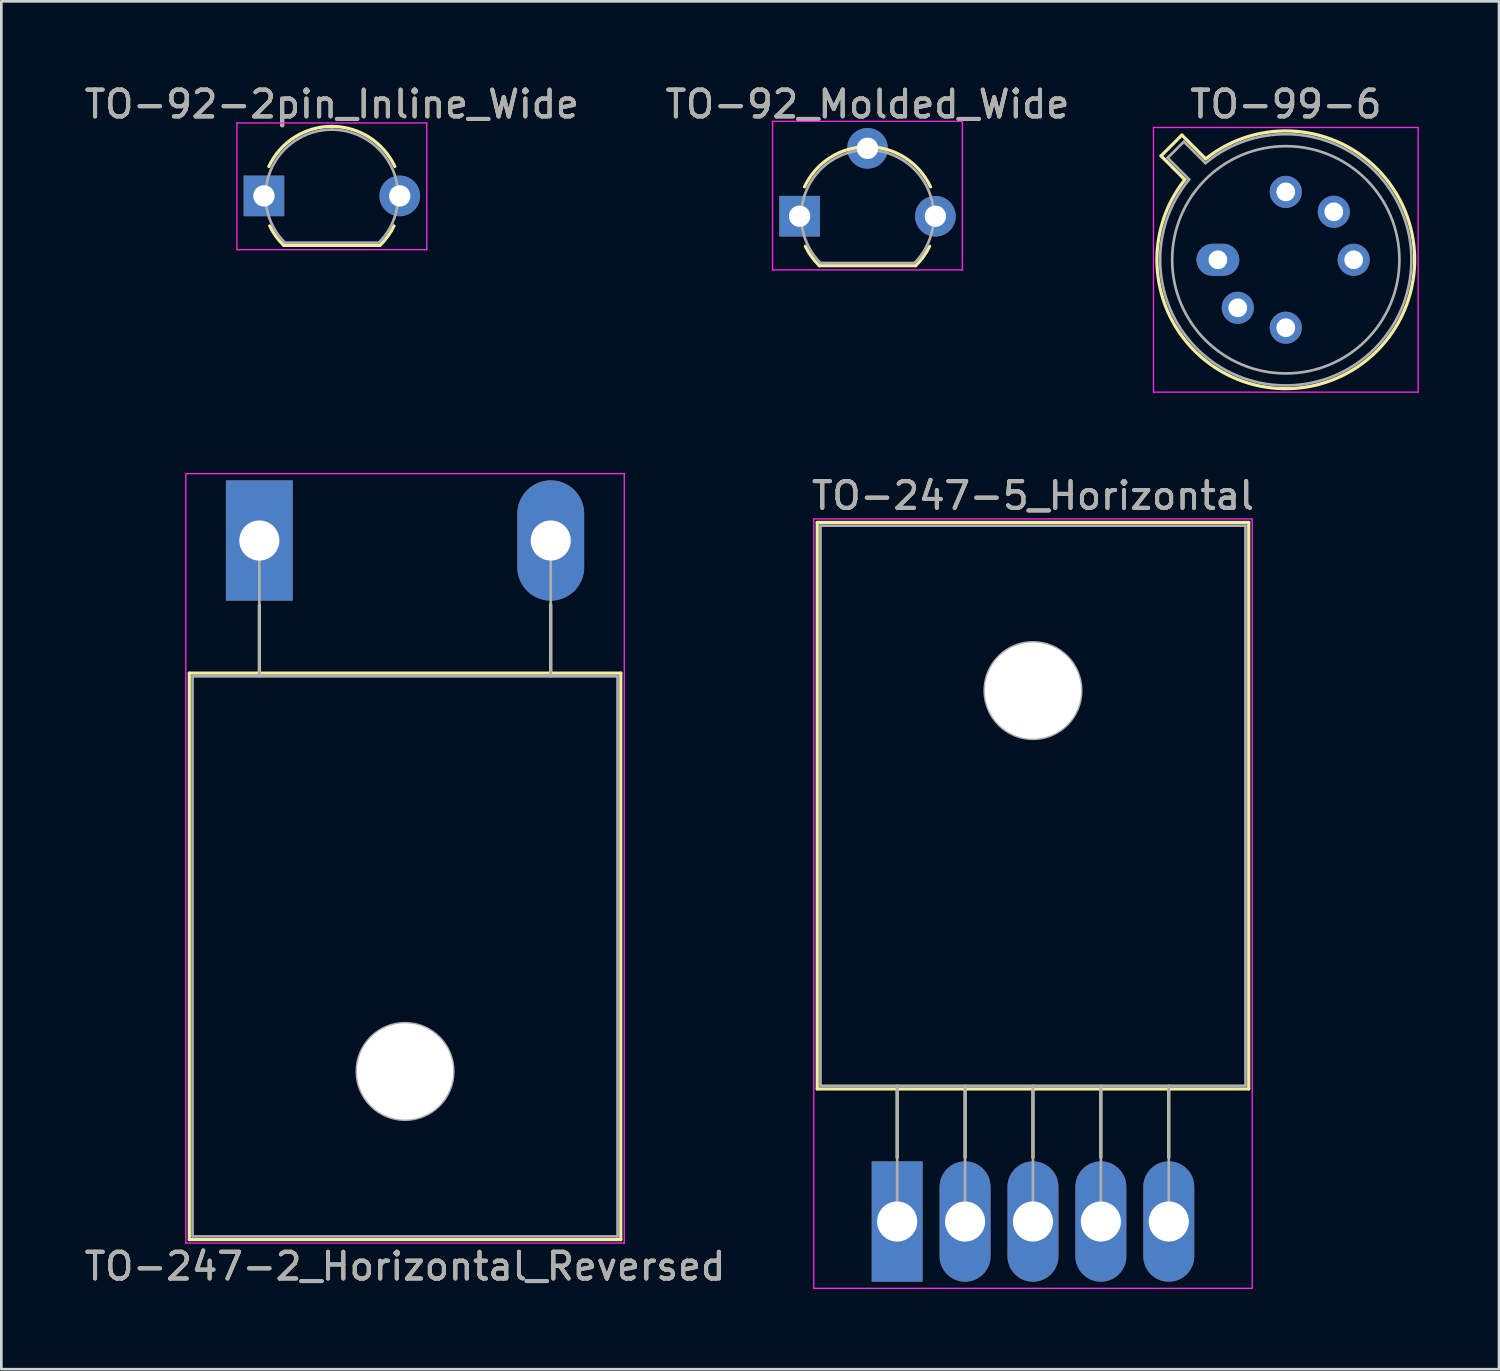
<source format=kicad_pcb>
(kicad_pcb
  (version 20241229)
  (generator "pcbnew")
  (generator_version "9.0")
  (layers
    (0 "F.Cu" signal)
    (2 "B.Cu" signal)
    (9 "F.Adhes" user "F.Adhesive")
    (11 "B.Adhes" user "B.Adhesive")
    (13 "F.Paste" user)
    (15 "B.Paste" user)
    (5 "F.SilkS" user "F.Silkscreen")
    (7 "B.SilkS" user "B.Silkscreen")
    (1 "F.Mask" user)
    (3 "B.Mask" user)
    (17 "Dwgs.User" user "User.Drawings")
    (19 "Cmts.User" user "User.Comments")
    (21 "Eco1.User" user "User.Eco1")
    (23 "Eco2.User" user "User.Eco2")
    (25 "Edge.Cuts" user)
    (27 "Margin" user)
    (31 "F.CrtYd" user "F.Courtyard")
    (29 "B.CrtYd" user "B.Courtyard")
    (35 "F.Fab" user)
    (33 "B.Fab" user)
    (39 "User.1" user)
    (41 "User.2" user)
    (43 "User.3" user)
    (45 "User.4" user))
  (footprint "TO-92-2pin_Inline_Wide"
    (layer "F.Cu")
    (at 6.823 4.278)
    (property "Reference" "TO-92-2pin_Inline_Wide" (at 2.54 -3.43 180) (layer "F.SilkS") (effects (font (size 1 1) (thickness 0.15))))
    (attr through_hole)
    (fp_line (start 0.74 1.85) (end 4.34 1.85) (stroke (width 0.12) (type solid)) (layer "F.SilkS"))
    (fp_arc (start 0.1836 -1.098807) (mid 1.143021 -2.192817) (end 2.54 -2.6) (stroke (width 0.12) (type solid)) (layer "F.SilkS"))
    (fp_arc (start 0.74 1.85) (mid 0.446097 1.509328) (end 0.215816 1.122795) (stroke (width 0.12) (type solid)) (layer "F.SilkS"))
    (fp_arc (start 2.54 -2.6) (mid 3.936979 -2.192818) (end 4.8964 -1.098807) (stroke (width 0.12) (type solid)) (layer "F.SilkS"))
    (fp_arc (start 4.864184 1.122795) (mid 4.633903 1.509328) (end 4.34 1.85) (stroke (width 0.12) (type solid)) (layer "F.SilkS"))
    (fp_line (start -1.01 -2.73) (end -1.01 2.01) (stroke (width 0.05) (type solid)) (layer "F.CrtYd"))
    (fp_line (start -1.01 -2.73) (end 6.09 -2.73) (stroke (width 0.05) (type solid)) (layer "F.CrtYd"))
    (fp_line (start 6.09 2.01) (end -1.01 2.01) (stroke (width 0.05) (type solid)) (layer "F.CrtYd"))
    (fp_line (start 6.09 2.01) (end 6.09 -2.73) (stroke (width 0.05) (type solid)) (layer "F.CrtYd"))
    (fp_line (start 0.8 1.75) (end 4.3 1.75) (stroke (width 0.1) (type solid)) (layer "F.Fab"))
    (fp_arc (start 0.786375 1.753625) (mid 0.248779 -0.949055) (end 2.54 -2.48) (stroke (width 0.1) (type solid)) (layer "F.Fab"))
    (fp_arc (start 2.54 -2.48) (mid 4.831221 -0.949055) (end 4.293625 1.753625) (stroke (width 0.1) (type solid)) (layer "F.Fab"))
    (fp_text user "${REFERENCE}" (at 2.54 -3.43 180) (layer "F.Fab") (effects (font (size 1 1) (thickness 0.15))))
    (pad "1" thru_hole rect (at 0 0 90) (size 1.52 1.52) (drill 0.8) (layers "*.Cu" "*.Mask"))
    (pad "2" thru_hole circle (at 5.08 0 90) (size 1.52 1.52) (drill 0.8) (layers "*.Cu" "*.Mask")))
  (footprint "TO-99-6"
    (layer "F.Cu")
    (at 42.506 6.668)
    (property "Reference" "TO-99-6" (at 2.54 -5.82 0) (layer "F.SilkS") (effects (font (size 1 1) (thickness 0.15))))
    (attr through_hole)
    (fp_line (start -2.126 -3.888) (end -1.235 -2.997) (stroke (width 0.12) (type solid)) (layer "F.SilkS"))
    (fp_line (start -1.348 -4.666) (end -2.126 -3.888) (stroke (width 0.12) (type solid)) (layer "F.SilkS"))
    (fp_line (start -0.457 -3.775) (end -1.348 -4.666) (stroke (width 0.12) (type solid)) (layer "F.SilkS"))
    (fp_arc (start -0.457084 -3.774902) (mid 5.948125 3.408384) (end -1.234674 -2.997371) (stroke (width 0.12) (type solid)) (layer "F.SilkS"))
    (fp_line (start -2.41 -4.95) (end -2.41 4.95) (stroke (width 0.05) (type solid)) (layer "F.CrtYd"))
    (fp_line (start -2.41 4.95) (end 7.49 4.95) (stroke (width 0.05) (type solid)) (layer "F.CrtYd"))
    (fp_line (start 7.49 -4.95) (end -2.41 -4.95) (stroke (width 0.05) (type solid)) (layer "F.CrtYd"))
    (fp_line (start 7.49 4.95) (end 7.49 -4.95) (stroke (width 0.05) (type solid)) (layer "F.CrtYd"))
    (fp_line (start -1.88 -3.812) (end -1.074 -3.005) (stroke (width 0.1) (type solid)) (layer "F.Fab"))
    (fp_line (start -1.272 -4.42) (end -1.88 -3.812) (stroke (width 0.1) (type solid)) (layer "F.Fab"))
    (fp_line (start -0.465 -3.614) (end -1.272 -4.42) (stroke (width 0.1) (type solid)) (layer "F.Fab"))
    (fp_arc (start -0.465408 -3.61352) (mid 5.863443 3.323361) (end -1.073594 -3.005319) (stroke (width 0.1) (type solid)) (layer "F.Fab"))
    (fp_circle (center 2.54 0) (end 6.79 0) (stroke (width 0.1) (type solid)) (fill no) (layer "F.Fab"))
    (fp_text user "${REFERENCE}" (at 2.54 -5.82 0) (layer "F.Fab") (effects (font (size 1 1) (thickness 0.15))))
    (pad "1" thru_hole oval (at 0 0) (size 1.6 1.2) (drill 0.7) (layers "*.Cu" "*.Mask"))
    (pad "2" thru_hole oval (at 0.744 1.796) (size 1.2 1.2) (drill 0.7) (layers "*.Cu" "*.Mask"))
    (pad "3" thru_hole oval (at 2.54 2.54) (size 1.2 1.2) (drill 0.7) (layers "*.Cu" "*.Mask"))
    (pad "4" thru_hole oval (at 5.08 0) (size 1.2 1.2) (drill 0.7) (layers "*.Cu" "*.Mask"))
    (pad "5" thru_hole oval (at 4.336 -1.796) (size 1.2 1.2) (drill 0.7) (layers "*.Cu" "*.Mask"))
    (pad "6" thru_hole oval (at 2.54 -2.54) (size 1.2 1.2) (drill 0.7) (layers "*.Cu" "*.Mask")))
  (footprint "TO-247-2_Horizontal_Reversed"
    (layer "F.Cu")
    (at 6.651 17.168)
    (property "Reference" "TO-247-2_Horizontal_Reversed" (at 5.45 27.15 0) (layer "F.SilkS") (effects (font (size 1 1) (thickness 0.15))))
    (attr through_hole)
    (fp_line (start -2.62 4.96) (end -2.62 26.15) (stroke (width 0.12) (type solid)) (layer "F.SilkS"))
    (fp_line (start -2.62 4.96) (end 13.52 4.96) (stroke (width 0.12) (type solid)) (layer "F.SilkS"))
    (fp_line (start -2.62 26.15) (end 13.52 26.15) (stroke (width 0.12) (type solid)) (layer "F.SilkS"))
    (fp_line (start 0 2.4) (end 0 4.96) (stroke (width 0.12) (type solid)) (layer "F.SilkS"))
    (fp_line (start 10.9 2.4) (end 10.9 4.96) (stroke (width 0.12) (type solid)) (layer "F.SilkS"))
    (fp_line (start 13.52 4.96) (end 13.52 26.15) (stroke (width 0.12) (type solid)) (layer "F.SilkS"))
    (fp_line (start -2.75 -2.5) (end -2.75 26.28) (stroke (width 0.05) (type solid)) (layer "F.CrtYd"))
    (fp_line (start -2.75 26.28) (end 13.65 26.28) (stroke (width 0.05) (type solid)) (layer "F.CrtYd"))
    (fp_line (start 13.65 -2.5) (end -2.75 -2.5) (stroke (width 0.05) (type solid)) (layer "F.CrtYd"))
    (fp_line (start 13.65 26.28) (end 13.65 -2.5) (stroke (width 0.05) (type solid)) (layer "F.CrtYd"))
    (fp_line (start -2.5 5.08) (end -2.5 26.03) (stroke (width 0.1) (type solid)) (layer "F.Fab"))
    (fp_line (start -2.5 26.03) (end 13.4 26.03) (stroke (width 0.1) (type solid)) (layer "F.Fab"))
    (fp_line (start 0 5.08) (end 0 0) (stroke (width 0.1) (type solid)) (layer "F.Fab"))
    (fp_line (start 10.9 5.08) (end 10.9 0) (stroke (width 0.1) (type solid)) (layer "F.Fab"))
    (fp_line (start 13.4 5.08) (end -2.5 5.08) (stroke (width 0.1) (type solid)) (layer "F.Fab"))
    (fp_line (start 13.4 26.03) (end 13.4 5.08) (stroke (width 0.1) (type solid)) (layer "F.Fab"))
    (fp_circle (center 5.45 19.86) (end 7.255 19.86) (stroke (width 0.1) (type solid)) (fill no) (layer "F.Fab"))
    (fp_text user "${REFERENCE}" (at 5.45 27.15 0) (layer "F.Fab") (effects (font (size 1 1) (thickness 0.15))))
    (pad "" np_thru_hole oval (at 5.45 19.86) (size 3.6 3.6) (drill 3.6) (layers "*.Cu" "*.Mask"))
    (pad "1" thru_hole rect (at 0 0) (size 2.5 4.5) (drill 1.5) (layers "*.Cu" "*.Mask"))
    (pad "2" thru_hole oval (at 10.9 0) (size 2.5 4.5) (drill 1.5) (layers "*.Cu" "*.Mask")))
  (footprint "TO-92_Molded_Wide"
    (layer "F.Cu")
    (at 26.859 5.038)
    (property "Reference" "TO-92_Molded_Wide" (at 2.54 -4.19 180) (layer "F.SilkS") (effects (font (size 1 1) (thickness 0.15))))
    (attr through_hole)
    (fp_line (start 0.74 1.85) (end 4.34 1.85) (stroke (width 0.12) (type solid)) (layer "F.SilkS"))
    (fp_arc (start 0.1836 -1.098807) (mid 1.143021 -2.192817) (end 2.54 -2.6) (stroke (width 0.12) (type solid)) (layer "F.SilkS"))
    (fp_arc (start 0.74 1.85) (mid 0.446097 1.509328) (end 0.215816 1.122795) (stroke (width 0.12) (type solid)) (layer "F.SilkS"))
    (fp_arc (start 2.54 -2.6) (mid 3.936979 -2.192818) (end 4.8964 -1.098807) (stroke (width 0.12) (type solid)) (layer "F.SilkS"))
    (fp_arc (start 4.864184 1.122795) (mid 4.633903 1.509328) (end 4.34 1.85) (stroke (width 0.12) (type solid)) (layer "F.SilkS"))
    (fp_line (start -1.01 -3.55) (end -1.01 2.01) (stroke (width 0.05) (type solid)) (layer "F.CrtYd"))
    (fp_line (start -1.01 -3.55) (end 6.09 -3.55) (stroke (width 0.05) (type solid)) (layer "F.CrtYd"))
    (fp_line (start 6.09 2.01) (end -1.01 2.01) (stroke (width 0.05) (type solid)) (layer "F.CrtYd"))
    (fp_line (start 6.09 2.01) (end 6.09 -3.55) (stroke (width 0.05) (type solid)) (layer "F.CrtYd"))
    (fp_line (start 0.8 1.75) (end 4.3 1.75) (stroke (width 0.1) (type solid)) (layer "F.Fab"))
    (fp_arc (start 0.786375 1.753625) (mid 0.248779 -0.949055) (end 2.54 -2.48) (stroke (width 0.1) (type solid)) (layer "F.Fab"))
    (fp_arc (start 2.54 -2.48) (mid 4.831221 -0.949055) (end 4.293625 1.753625) (stroke (width 0.1) (type solid)) (layer "F.Fab"))
    (fp_text user "${REFERENCE}" (at 2.54 -4.19 180) (layer "F.Fab") (effects (font (size 1 1) (thickness 0.15))))
    (pad "1" thru_hole rect (at 0 0 90) (size 1.52 1.52) (drill 0.8) (layers "*.Cu" "*.Mask"))
    (pad "2" thru_hole circle (at 2.54 -2.54 90) (size 1.52 1.52) (drill 0.8) (layers "*.Cu" "*.Mask"))
    (pad "3" thru_hole circle (at 5.08 0 90) (size 1.52 1.52) (drill 0.8) (layers "*.Cu" "*.Mask")))
  (footprint "TO-247-5_Horizontal"
    (layer "F.Cu")
    (at 30.509 42.642)
    (property "Reference" "TO-247-5_Horizontal" (at 5.08 -27.15 0) (layer "F.SilkS") (effects (font (size 1 1) (thickness 0.15))))
    (attr through_hole)
    (fp_line (start -2.99 -26.15) (end -2.99 -4.96) (stroke (width 0.12) (type solid)) (layer "F.SilkS"))
    (fp_line (start -2.99 -26.15) (end 13.15 -26.15) (stroke (width 0.12) (type solid)) (layer "F.SilkS"))
    (fp_line (start -2.99 -4.96) (end 13.15 -4.96) (stroke (width 0.12) (type solid)) (layer "F.SilkS"))
    (fp_line (start 0 -4.96) (end 0 -2.4) (stroke (width 0.12) (type solid)) (layer "F.SilkS"))
    (fp_line (start 2.54 -4.96) (end 2.54 -2.4) (stroke (width 0.12) (type solid)) (layer "F.SilkS"))
    (fp_line (start 5.08 -4.96) (end 5.08 -2.4) (stroke (width 0.12) (type solid)) (layer "F.SilkS"))
    (fp_line (start 7.62 -4.96) (end 7.62 -2.4) (stroke (width 0.12) (type solid)) (layer "F.SilkS"))
    (fp_line (start 10.16 -4.96) (end 10.16 -2.4) (stroke (width 0.12) (type solid)) (layer "F.SilkS"))
    (fp_line (start 13.15 -26.15) (end 13.15 -4.96) (stroke (width 0.12) (type solid)) (layer "F.SilkS"))
    (fp_line (start -3.12 -26.28) (end -3.12 2.5) (stroke (width 0.05) (type solid)) (layer "F.CrtYd"))
    (fp_line (start -3.12 2.5) (end 13.28 2.5) (stroke (width 0.05) (type solid)) (layer "F.CrtYd"))
    (fp_line (start 13.28 -26.28) (end -3.12 -26.28) (stroke (width 0.05) (type solid)) (layer "F.CrtYd"))
    (fp_line (start 13.28 2.5) (end 13.28 -26.28) (stroke (width 0.05) (type solid)) (layer "F.CrtYd"))
    (fp_line (start -2.87 -26.03) (end 13.03 -26.03) (stroke (width 0.1) (type solid)) (layer "F.Fab"))
    (fp_line (start -2.87 -5.08) (end -2.87 -26.03) (stroke (width 0.1) (type solid)) (layer "F.Fab"))
    (fp_line (start 0 -5.08) (end 0 0) (stroke (width 0.1) (type solid)) (layer "F.Fab"))
    (fp_line (start 2.54 -5.08) (end 2.54 0) (stroke (width 0.1) (type solid)) (layer "F.Fab"))
    (fp_line (start 5.08 -5.08) (end 5.08 0) (stroke (width 0.1) (type solid)) (layer "F.Fab"))
    (fp_line (start 7.62 -5.08) (end 7.62 0) (stroke (width 0.1) (type solid)) (layer "F.Fab"))
    (fp_line (start 10.16 -5.08) (end 10.16 0) (stroke (width 0.1) (type solid)) (layer "F.Fab"))
    (fp_line (start 13.03 -26.03) (end 13.03 -5.08) (stroke (width 0.1) (type solid)) (layer "F.Fab"))
    (fp_line (start 13.03 -5.08) (end -2.87 -5.08) (stroke (width 0.1) (type solid)) (layer "F.Fab"))
    (fp_circle (center 5.08 -19.86) (end 6.885 -19.86) (stroke (width 0.1) (type solid)) (fill no) (layer "F.Fab"))
    (fp_text user "${REFERENCE}" (at 5.08 -27.15 0) (layer "F.Fab") (effects (font (size 1 1) (thickness 0.15))))
    (pad "" np_thru_hole oval (at 5.08 -19.86) (size 3.6 3.6) (drill 3.6) (layers "*.Cu" "*.Mask"))
    (pad "1" thru_hole rect (at 0 0) (size 1.905 4.5) (drill 1.5) (layers "*.Cu" "*.Mask"))
    (pad "2" thru_hole oval (at 2.54 0) (size 1.905 4.5) (drill 1.5) (layers "*.Cu" "*.Mask"))
    (pad "3" thru_hole oval (at 5.08 0) (size 1.905 4.5) (drill 1.5) (layers "*.Cu" "*.Mask"))
    (pad "4" thru_hole oval (at 7.62 0) (size 1.905 4.5) (drill 1.5) (layers "*.Cu" "*.Mask"))
    (pad "5" thru_hole oval (at 10.16 0) (size 1.905 4.5) (drill 1.5) (layers "*.Cu" "*.Mask")))
  (gr_rect
    (start -3 -3)
    (end 53.021 48.166)
    (stroke (width 0.1) (type default))
    (fill no)
    (layer "Edge.Cuts")))
</source>
